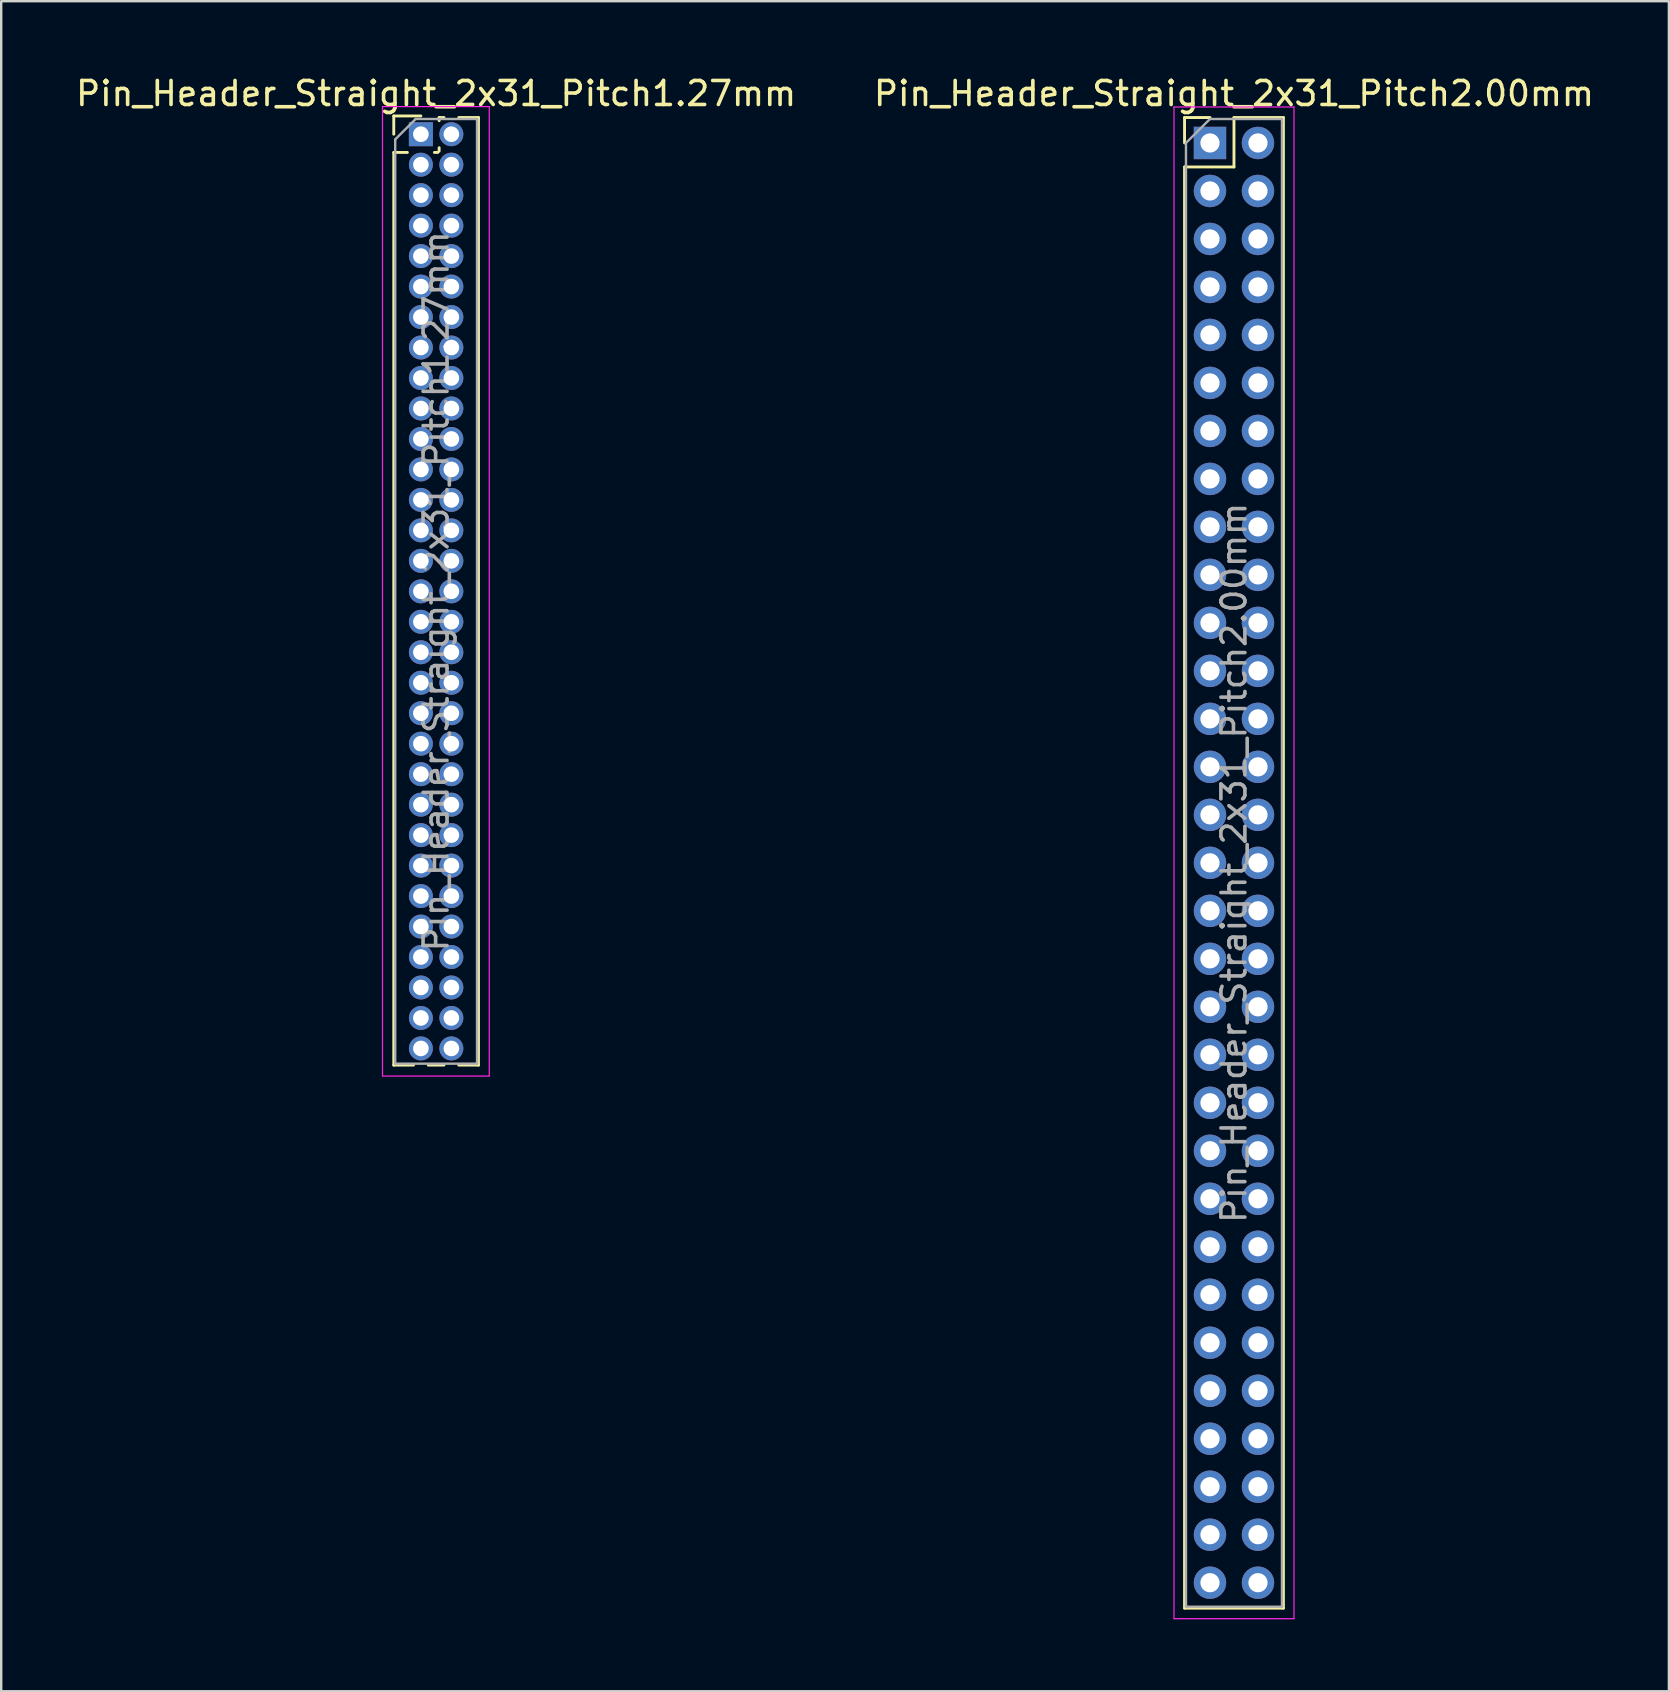
<source format=kicad_pcb>
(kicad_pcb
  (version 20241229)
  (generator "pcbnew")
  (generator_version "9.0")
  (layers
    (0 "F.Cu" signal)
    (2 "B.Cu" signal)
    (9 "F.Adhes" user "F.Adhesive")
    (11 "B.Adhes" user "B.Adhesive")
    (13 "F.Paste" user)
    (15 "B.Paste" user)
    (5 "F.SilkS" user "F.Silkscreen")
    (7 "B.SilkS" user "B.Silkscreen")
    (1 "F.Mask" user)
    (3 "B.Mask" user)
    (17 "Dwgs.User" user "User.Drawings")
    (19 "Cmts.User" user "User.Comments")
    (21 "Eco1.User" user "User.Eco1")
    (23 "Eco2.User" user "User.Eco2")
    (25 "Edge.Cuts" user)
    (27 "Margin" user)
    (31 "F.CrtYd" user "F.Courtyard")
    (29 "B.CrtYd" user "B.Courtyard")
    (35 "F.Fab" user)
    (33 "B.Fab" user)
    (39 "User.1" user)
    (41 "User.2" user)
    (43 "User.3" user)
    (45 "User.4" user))
  (footprint "Pin_Header_Straight_2x31_Pitch2.00mm"
    (layer "F.Cu")
    (at 47.375 2.908)
    (property "Reference" "Pin_Header_Straight_2x31_Pitch2.00mm" (at 1 -2.06 0) (layer "F.SilkS") (effects (font (size 1 1) (thickness 0.15))))
    (attr through_hole)
    (fp_line (start -1.06 -1.06) (end 0 -1.06) (stroke (width 0.12) (type solid)) (layer "F.SilkS"))
    (fp_line (start -1.06 0) (end -1.06 -1.06) (stroke (width 0.12) (type solid)) (layer "F.SilkS"))
    (fp_line (start -1.06 1) (end -1.06 61.06) (stroke (width 0.12) (type solid)) (layer "F.SilkS"))
    (fp_line (start -1.06 1) (end 1 1) (stroke (width 0.12) (type solid)) (layer "F.SilkS"))
    (fp_line (start -1.06 61.06) (end 3.06 61.06) (stroke (width 0.12) (type solid)) (layer "F.SilkS"))
    (fp_line (start 1 -1.06) (end 3.06 -1.06) (stroke (width 0.12) (type solid)) (layer "F.SilkS"))
    (fp_line (start 1 1) (end 1 -1.06) (stroke (width 0.12) (type solid)) (layer "F.SilkS"))
    (fp_line (start 3.06 -1.06) (end 3.06 61.06) (stroke (width 0.12) (type solid)) (layer "F.SilkS"))
    (fp_line (start -1.5 -1.5) (end -1.5 61.5) (stroke (width 0.05) (type solid)) (layer "F.CrtYd"))
    (fp_line (start -1.5 61.5) (end 3.5 61.5) (stroke (width 0.05) (type solid)) (layer "F.CrtYd"))
    (fp_line (start 3.5 -1.5) (end -1.5 -1.5) (stroke (width 0.05) (type solid)) (layer "F.CrtYd"))
    (fp_line (start 3.5 61.5) (end 3.5 -1.5) (stroke (width 0.05) (type solid)) (layer "F.CrtYd"))
    (fp_line (start -1 0) (end 0 -1) (stroke (width 0.1) (type solid)) (layer "F.Fab"))
    (fp_line (start -1 61) (end -1 0) (stroke (width 0.1) (type solid)) (layer "F.Fab"))
    (fp_line (start 0 -1) (end 3 -1) (stroke (width 0.1) (type solid)) (layer "F.Fab"))
    (fp_line (start 3 -1) (end 3 61) (stroke (width 0.1) (type solid)) (layer "F.Fab"))
    (fp_line (start 3 61) (end -1 61) (stroke (width 0.1) (type solid)) (layer "F.Fab"))
    (fp_text user "${REFERENCE}" (at 1 30 90) (layer "F.Fab") (effects (font (size 1 1) (thickness 0.15))))
    (pad "1" thru_hole rect (at 0 0) (size 1.35 1.35) (drill 0.8) (layers "*.Cu" "*.Mask"))
    (pad "2" thru_hole oval (at 2 0) (size 1.35 1.35) (drill 0.8) (layers "*.Cu" "*.Mask"))
    (pad "3" thru_hole oval (at 0 2) (size 1.35 1.35) (drill 0.8) (layers "*.Cu" "*.Mask"))
    (pad "4" thru_hole oval (at 2 2) (size 1.35 1.35) (drill 0.8) (layers "*.Cu" "*.Mask"))
    (pad "5" thru_hole oval (at 0 4) (size 1.35 1.35) (drill 0.8) (layers "*.Cu" "*.Mask"))
    (pad "6" thru_hole oval (at 2 4) (size 1.35 1.35) (drill 0.8) (layers "*.Cu" "*.Mask"))
    (pad "7" thru_hole oval (at 0 6) (size 1.35 1.35) (drill 0.8) (layers "*.Cu" "*.Mask"))
    (pad "8" thru_hole oval (at 2 6) (size 1.35 1.35) (drill 0.8) (layers "*.Cu" "*.Mask"))
    (pad "9" thru_hole oval (at 0 8) (size 1.35 1.35) (drill 0.8) (layers "*.Cu" "*.Mask"))
    (pad "10" thru_hole oval (at 2 8) (size 1.35 1.35) (drill 0.8) (layers "*.Cu" "*.Mask"))
    (pad "11" thru_hole oval (at 0 10) (size 1.35 1.35) (drill 0.8) (layers "*.Cu" "*.Mask"))
    (pad "12" thru_hole oval (at 2 10) (size 1.35 1.35) (drill 0.8) (layers "*.Cu" "*.Mask"))
    (pad "13" thru_hole oval (at 0 12) (size 1.35 1.35) (drill 0.8) (layers "*.Cu" "*.Mask"))
    (pad "14" thru_hole oval (at 2 12) (size 1.35 1.35) (drill 0.8) (layers "*.Cu" "*.Mask"))
    (pad "15" thru_hole oval (at 0 14) (size 1.35 1.35) (drill 0.8) (layers "*.Cu" "*.Mask"))
    (pad "16" thru_hole oval (at 2 14) (size 1.35 1.35) (drill 0.8) (layers "*.Cu" "*.Mask"))
    (pad "17" thru_hole oval (at 0 16) (size 1.35 1.35) (drill 0.8) (layers "*.Cu" "*.Mask"))
    (pad "18" thru_hole oval (at 2 16) (size 1.35 1.35) (drill 0.8) (layers "*.Cu" "*.Mask"))
    (pad "19" thru_hole oval (at 0 18) (size 1.35 1.35) (drill 0.8) (layers "*.Cu" "*.Mask"))
    (pad "20" thru_hole oval (at 2 18) (size 1.35 1.35) (drill 0.8) (layers "*.Cu" "*.Mask"))
    (pad "21" thru_hole oval (at 0 20) (size 1.35 1.35) (drill 0.8) (layers "*.Cu" "*.Mask"))
    (pad "22" thru_hole oval (at 2 20) (size 1.35 1.35) (drill 0.8) (layers "*.Cu" "*.Mask"))
    (pad "23" thru_hole oval (at 0 22) (size 1.35 1.35) (drill 0.8) (layers "*.Cu" "*.Mask"))
    (pad "24" thru_hole oval (at 2 22) (size 1.35 1.35) (drill 0.8) (layers "*.Cu" "*.Mask"))
    (pad "25" thru_hole oval (at 0 24) (size 1.35 1.35) (drill 0.8) (layers "*.Cu" "*.Mask"))
    (pad "26" thru_hole oval (at 2 24) (size 1.35 1.35) (drill 0.8) (layers "*.Cu" "*.Mask"))
    (pad "27" thru_hole oval (at 0 26) (size 1.35 1.35) (drill 0.8) (layers "*.Cu" "*.Mask"))
    (pad "28" thru_hole oval (at 2 26) (size 1.35 1.35) (drill 0.8) (layers "*.Cu" "*.Mask"))
    (pad "29" thru_hole oval (at 0 28) (size 1.35 1.35) (drill 0.8) (layers "*.Cu" "*.Mask"))
    (pad "30" thru_hole oval (at 2 28) (size 1.35 1.35) (drill 0.8) (layers "*.Cu" "*.Mask"))
    (pad "31" thru_hole oval (at 0 30) (size 1.35 1.35) (drill 0.8) (layers "*.Cu" "*.Mask"))
    (pad "32" thru_hole oval (at 2 30) (size 1.35 1.35) (drill 0.8) (layers "*.Cu" "*.Mask"))
    (pad "33" thru_hole oval (at 0 32) (size 1.35 1.35) (drill 0.8) (layers "*.Cu" "*.Mask"))
    (pad "34" thru_hole oval (at 2 32) (size 1.35 1.35) (drill 0.8) (layers "*.Cu" "*.Mask"))
    (pad "35" thru_hole oval (at 0 34) (size 1.35 1.35) (drill 0.8) (layers "*.Cu" "*.Mask"))
    (pad "36" thru_hole oval (at 2 34) (size 1.35 1.35) (drill 0.8) (layers "*.Cu" "*.Mask"))
    (pad "37" thru_hole oval (at 0 36) (size 1.35 1.35) (drill 0.8) (layers "*.Cu" "*.Mask"))
    (pad "38" thru_hole oval (at 2 36) (size 1.35 1.35) (drill 0.8) (layers "*.Cu" "*.Mask"))
    (pad "39" thru_hole oval (at 0 38) (size 1.35 1.35) (drill 0.8) (layers "*.Cu" "*.Mask"))
    (pad "40" thru_hole oval (at 2 38) (size 1.35 1.35) (drill 0.8) (layers "*.Cu" "*.Mask"))
    (pad "41" thru_hole oval (at 0 40) (size 1.35 1.35) (drill 0.8) (layers "*.Cu" "*.Mask"))
    (pad "42" thru_hole oval (at 2 40) (size 1.35 1.35) (drill 0.8) (layers "*.Cu" "*.Mask"))
    (pad "43" thru_hole oval (at 0 42) (size 1.35 1.35) (drill 0.8) (layers "*.Cu" "*.Mask"))
    (pad "44" thru_hole oval (at 2 42) (size 1.35 1.35) (drill 0.8) (layers "*.Cu" "*.Mask"))
    (pad "45" thru_hole oval (at 0 44) (size 1.35 1.35) (drill 0.8) (layers "*.Cu" "*.Mask"))
    (pad "46" thru_hole oval (at 2 44) (size 1.35 1.35) (drill 0.8) (layers "*.Cu" "*.Mask"))
    (pad "47" thru_hole oval (at 0 46) (size 1.35 1.35) (drill 0.8) (layers "*.Cu" "*.Mask"))
    (pad "48" thru_hole oval (at 2 46) (size 1.35 1.35) (drill 0.8) (layers "*.Cu" "*.Mask"))
    (pad "49" thru_hole oval (at 0 48) (size 1.35 1.35) (drill 0.8) (layers "*.Cu" "*.Mask"))
    (pad "50" thru_hole oval (at 2 48) (size 1.35 1.35) (drill 0.8) (layers "*.Cu" "*.Mask"))
    (pad "51" thru_hole oval (at 0 50) (size 1.35 1.35) (drill 0.8) (layers "*.Cu" "*.Mask"))
    (pad "52" thru_hole oval (at 2 50) (size 1.35 1.35) (drill 0.8) (layers "*.Cu" "*.Mask"))
    (pad "53" thru_hole oval (at 0 52) (size 1.35 1.35) (drill 0.8) (layers "*.Cu" "*.Mask"))
    (pad "54" thru_hole oval (at 2 52) (size 1.35 1.35) (drill 0.8) (layers "*.Cu" "*.Mask"))
    (pad "55" thru_hole oval (at 0 54) (size 1.35 1.35) (drill 0.8) (layers "*.Cu" "*.Mask"))
    (pad "56" thru_hole oval (at 2 54) (size 1.35 1.35) (drill 0.8) (layers "*.Cu" "*.Mask"))
    (pad "57" thru_hole oval (at 0 56) (size 1.35 1.35) (drill 0.8) (layers "*.Cu" "*.Mask"))
    (pad "58" thru_hole oval (at 2 56) (size 1.35 1.35) (drill 0.8) (layers "*.Cu" "*.Mask"))
    (pad "59" thru_hole oval (at 0 58) (size 1.35 1.35) (drill 0.8) (layers "*.Cu" "*.Mask"))
    (pad "60" thru_hole oval (at 2 58) (size 1.35 1.35) (drill 0.8) (layers "*.Cu" "*.Mask"))
    (pad "61" thru_hole oval (at 0 60) (size 1.35 1.35) (drill 0.8) (layers "*.Cu" "*.Mask"))
    (pad "62" thru_hole oval (at 2 60) (size 1.35 1.35) (drill 0.8) (layers "*.Cu" "*.Mask")))
  (footprint "Pin_Header_Straight_2x31_Pitch1.27mm"
    (layer "F.Cu")
    (at 14.49 2.543)
    (property "Reference" "Pin_Header_Straight_2x31_Pitch1.27mm" (at 0.635 -1.695 0) (layer "F.SilkS") (effects (font (size 1 1) (thickness 0.15))))
    (attr through_hole)
    (fp_line (start -1.13 -0.76) (end 0 -0.76) (stroke (width 0.12) (type solid)) (layer "F.SilkS"))
    (fp_line (start -1.13 0) (end -1.13 -0.76) (stroke (width 0.12) (type solid)) (layer "F.SilkS"))
    (fp_line (start -1.13 0.76) (end -1.13 38.795) (stroke (width 0.12) (type solid)) (layer "F.SilkS"))
    (fp_line (start -1.13 0.76) (end -0.563 0.76) (stroke (width 0.12) (type solid)) (layer "F.SilkS"))
    (fp_line (start -1.13 38.795) (end -0.308 38.795) (stroke (width 0.12) (type solid)) (layer "F.SilkS"))
    (fp_line (start 0.308 38.795) (end 0.962 38.795) (stroke (width 0.12) (type solid)) (layer "F.SilkS"))
    (fp_line (start 0.563 0.76) (end 0.707 0.76) (stroke (width 0.12) (type solid)) (layer "F.SilkS"))
    (fp_line (start 0.76 -0.695) (end 0.962 -0.695) (stroke (width 0.12) (type solid)) (layer "F.SilkS"))
    (fp_line (start 0.76 -0.563) (end 0.76 -0.695) (stroke (width 0.12) (type solid)) (layer "F.SilkS"))
    (fp_line (start 0.76 0.707) (end 0.76 0.563) (stroke (width 0.12) (type solid)) (layer "F.SilkS"))
    (fp_line (start 1.578 -0.695) (end 2.4 -0.695) (stroke (width 0.12) (type solid)) (layer "F.SilkS"))
    (fp_line (start 1.578 38.795) (end 2.4 38.795) (stroke (width 0.12) (type solid)) (layer "F.SilkS"))
    (fp_line (start 2.4 -0.695) (end 2.4 38.795) (stroke (width 0.12) (type solid)) (layer "F.SilkS"))
    (fp_line (start -1.6 -1.15) (end -1.6 39.25) (stroke (width 0.05) (type solid)) (layer "F.CrtYd"))
    (fp_line (start -1.6 39.25) (end 2.85 39.25) (stroke (width 0.05) (type solid)) (layer "F.CrtYd"))
    (fp_line (start 2.85 -1.15) (end -1.6 -1.15) (stroke (width 0.05) (type solid)) (layer "F.CrtYd"))
    (fp_line (start 2.85 39.25) (end 2.85 -1.15) (stroke (width 0.05) (type solid)) (layer "F.CrtYd"))
    (fp_line (start -1.07 0.217) (end -0.217 -0.635) (stroke (width 0.1) (type solid)) (layer "F.Fab"))
    (fp_line (start -1.07 38.735) (end -1.07 0.217) (stroke (width 0.1) (type solid)) (layer "F.Fab"))
    (fp_line (start -0.217 -0.635) (end 2.34 -0.635) (stroke (width 0.1) (type solid)) (layer "F.Fab"))
    (fp_line (start 2.34 -0.635) (end 2.34 38.735) (stroke (width 0.1) (type solid)) (layer "F.Fab"))
    (fp_line (start 2.34 38.735) (end -1.07 38.735) (stroke (width 0.1) (type solid)) (layer "F.Fab"))
    (fp_text user "${REFERENCE}" (at 0.635 19.05 90) (layer "F.Fab") (effects (font (size 1 1) (thickness 0.15))))
    (pad "1" thru_hole rect (at 0 0) (size 1 1) (drill 0.65) (layers "*.Cu" "*.Mask"))
    (pad "2" thru_hole oval (at 1.27 0) (size 1 1) (drill 0.65) (layers "*.Cu" "*.Mask"))
    (pad "3" thru_hole oval (at 0 1.27) (size 1 1) (drill 0.65) (layers "*.Cu" "*.Mask"))
    (pad "4" thru_hole oval (at 1.27 1.27) (size 1 1) (drill 0.65) (layers "*.Cu" "*.Mask"))
    (pad "5" thru_hole oval (at 0 2.54) (size 1 1) (drill 0.65) (layers "*.Cu" "*.Mask"))
    (pad "6" thru_hole oval (at 1.27 2.54) (size 1 1) (drill 0.65) (layers "*.Cu" "*.Mask"))
    (pad "7" thru_hole oval (at 0 3.81) (size 1 1) (drill 0.65) (layers "*.Cu" "*.Mask"))
    (pad "8" thru_hole oval (at 1.27 3.81) (size 1 1) (drill 0.65) (layers "*.Cu" "*.Mask"))
    (pad "9" thru_hole oval (at 0 5.08) (size 1 1) (drill 0.65) (layers "*.Cu" "*.Mask"))
    (pad "10" thru_hole oval (at 1.27 5.08) (size 1 1) (drill 0.65) (layers "*.Cu" "*.Mask"))
    (pad "11" thru_hole oval (at 0 6.35) (size 1 1) (drill 0.65) (layers "*.Cu" "*.Mask"))
    (pad "12" thru_hole oval (at 1.27 6.35) (size 1 1) (drill 0.65) (layers "*.Cu" "*.Mask"))
    (pad "13" thru_hole oval (at 0 7.62) (size 1 1) (drill 0.65) (layers "*.Cu" "*.Mask"))
    (pad "14" thru_hole oval (at 1.27 7.62) (size 1 1) (drill 0.65) (layers "*.Cu" "*.Mask"))
    (pad "15" thru_hole oval (at 0 8.89) (size 1 1) (drill 0.65) (layers "*.Cu" "*.Mask"))
    (pad "16" thru_hole oval (at 1.27 8.89) (size 1 1) (drill 0.65) (layers "*.Cu" "*.Mask"))
    (pad "17" thru_hole oval (at 0 10.16) (size 1 1) (drill 0.65) (layers "*.Cu" "*.Mask"))
    (pad "18" thru_hole oval (at 1.27 10.16) (size 1 1) (drill 0.65) (layers "*.Cu" "*.Mask"))
    (pad "19" thru_hole oval (at 0 11.43) (size 1 1) (drill 0.65) (layers "*.Cu" "*.Mask"))
    (pad "20" thru_hole oval (at 1.27 11.43) (size 1 1) (drill 0.65) (layers "*.Cu" "*.Mask"))
    (pad "21" thru_hole oval (at 0 12.7) (size 1 1) (drill 0.65) (layers "*.Cu" "*.Mask"))
    (pad "22" thru_hole oval (at 1.27 12.7) (size 1 1) (drill 0.65) (layers "*.Cu" "*.Mask"))
    (pad "23" thru_hole oval (at 0 13.97) (size 1 1) (drill 0.65) (layers "*.Cu" "*.Mask"))
    (pad "24" thru_hole oval (at 1.27 13.97) (size 1 1) (drill 0.65) (layers "*.Cu" "*.Mask"))
    (pad "25" thru_hole oval (at 0 15.24) (size 1 1) (drill 0.65) (layers "*.Cu" "*.Mask"))
    (pad "26" thru_hole oval (at 1.27 15.24) (size 1 1) (drill 0.65) (layers "*.Cu" "*.Mask"))
    (pad "27" thru_hole oval (at 0 16.51) (size 1 1) (drill 0.65) (layers "*.Cu" "*.Mask"))
    (pad "28" thru_hole oval (at 1.27 16.51) (size 1 1) (drill 0.65) (layers "*.Cu" "*.Mask"))
    (pad "29" thru_hole oval (at 0 17.78) (size 1 1) (drill 0.65) (layers "*.Cu" "*.Mask"))
    (pad "30" thru_hole oval (at 1.27 17.78) (size 1 1) (drill 0.65) (layers "*.Cu" "*.Mask"))
    (pad "31" thru_hole oval (at 0 19.05) (size 1 1) (drill 0.65) (layers "*.Cu" "*.Mask"))
    (pad "32" thru_hole oval (at 1.27 19.05) (size 1 1) (drill 0.65) (layers "*.Cu" "*.Mask"))
    (pad "33" thru_hole oval (at 0 20.32) (size 1 1) (drill 0.65) (layers "*.Cu" "*.Mask"))
    (pad "34" thru_hole oval (at 1.27 20.32) (size 1 1) (drill 0.65) (layers "*.Cu" "*.Mask"))
    (pad "35" thru_hole oval (at 0 21.59) (size 1 1) (drill 0.65) (layers "*.Cu" "*.Mask"))
    (pad "36" thru_hole oval (at 1.27 21.59) (size 1 1) (drill 0.65) (layers "*.Cu" "*.Mask"))
    (pad "37" thru_hole oval (at 0 22.86) (size 1 1) (drill 0.65) (layers "*.Cu" "*.Mask"))
    (pad "38" thru_hole oval (at 1.27 22.86) (size 1 1) (drill 0.65) (layers "*.Cu" "*.Mask"))
    (pad "39" thru_hole oval (at 0 24.13) (size 1 1) (drill 0.65) (layers "*.Cu" "*.Mask"))
    (pad "40" thru_hole oval (at 1.27 24.13) (size 1 1) (drill 0.65) (layers "*.Cu" "*.Mask"))
    (pad "41" thru_hole oval (at 0 25.4) (size 1 1) (drill 0.65) (layers "*.Cu" "*.Mask"))
    (pad "42" thru_hole oval (at 1.27 25.4) (size 1 1) (drill 0.65) (layers "*.Cu" "*.Mask"))
    (pad "43" thru_hole oval (at 0 26.67) (size 1 1) (drill 0.65) (layers "*.Cu" "*.Mask"))
    (pad "44" thru_hole oval (at 1.27 26.67) (size 1 1) (drill 0.65) (layers "*.Cu" "*.Mask"))
    (pad "45" thru_hole oval (at 0 27.94) (size 1 1) (drill 0.65) (layers "*.Cu" "*.Mask"))
    (pad "46" thru_hole oval (at 1.27 27.94) (size 1 1) (drill 0.65) (layers "*.Cu" "*.Mask"))
    (pad "47" thru_hole oval (at 0 29.21) (size 1 1) (drill 0.65) (layers "*.Cu" "*.Mask"))
    (pad "48" thru_hole oval (at 1.27 29.21) (size 1 1) (drill 0.65) (layers "*.Cu" "*.Mask"))
    (pad "49" thru_hole oval (at 0 30.48) (size 1 1) (drill 0.65) (layers "*.Cu" "*.Mask"))
    (pad "50" thru_hole oval (at 1.27 30.48) (size 1 1) (drill 0.65) (layers "*.Cu" "*.Mask"))
    (pad "51" thru_hole oval (at 0 31.75) (size 1 1) (drill 0.65) (layers "*.Cu" "*.Mask"))
    (pad "52" thru_hole oval (at 1.27 31.75) (size 1 1) (drill 0.65) (layers "*.Cu" "*.Mask"))
    (pad "53" thru_hole oval (at 0 33.02) (size 1 1) (drill 0.65) (layers "*.Cu" "*.Mask"))
    (pad "54" thru_hole oval (at 1.27 33.02) (size 1 1) (drill 0.65) (layers "*.Cu" "*.Mask"))
    (pad "55" thru_hole oval (at 0 34.29) (size 1 1) (drill 0.65) (layers "*.Cu" "*.Mask"))
    (pad "56" thru_hole oval (at 1.27 34.29) (size 1 1) (drill 0.65) (layers "*.Cu" "*.Mask"))
    (pad "57" thru_hole oval (at 0 35.56) (size 1 1) (drill 0.65) (layers "*.Cu" "*.Mask"))
    (pad "58" thru_hole oval (at 1.27 35.56) (size 1 1) (drill 0.65) (layers "*.Cu" "*.Mask"))
    (pad "59" thru_hole oval (at 0 36.83) (size 1 1) (drill 0.65) (layers "*.Cu" "*.Mask"))
    (pad "60" thru_hole oval (at 1.27 36.83) (size 1 1) (drill 0.65) (layers "*.Cu" "*.Mask"))
    (pad "61" thru_hole oval (at 0 38.1) (size 1 1) (drill 0.65) (layers "*.Cu" "*.Mask"))
    (pad "62" thru_hole oval (at 1.27 38.1) (size 1 1) (drill 0.65) (layers "*.Cu" "*.Mask")))
  (gr_rect
    (start -3 -3)
    (end 66.5 67.433)
    (stroke (width 0.1) (type default))
    (fill no)
    (layer "Edge.Cuts")))
</source>
